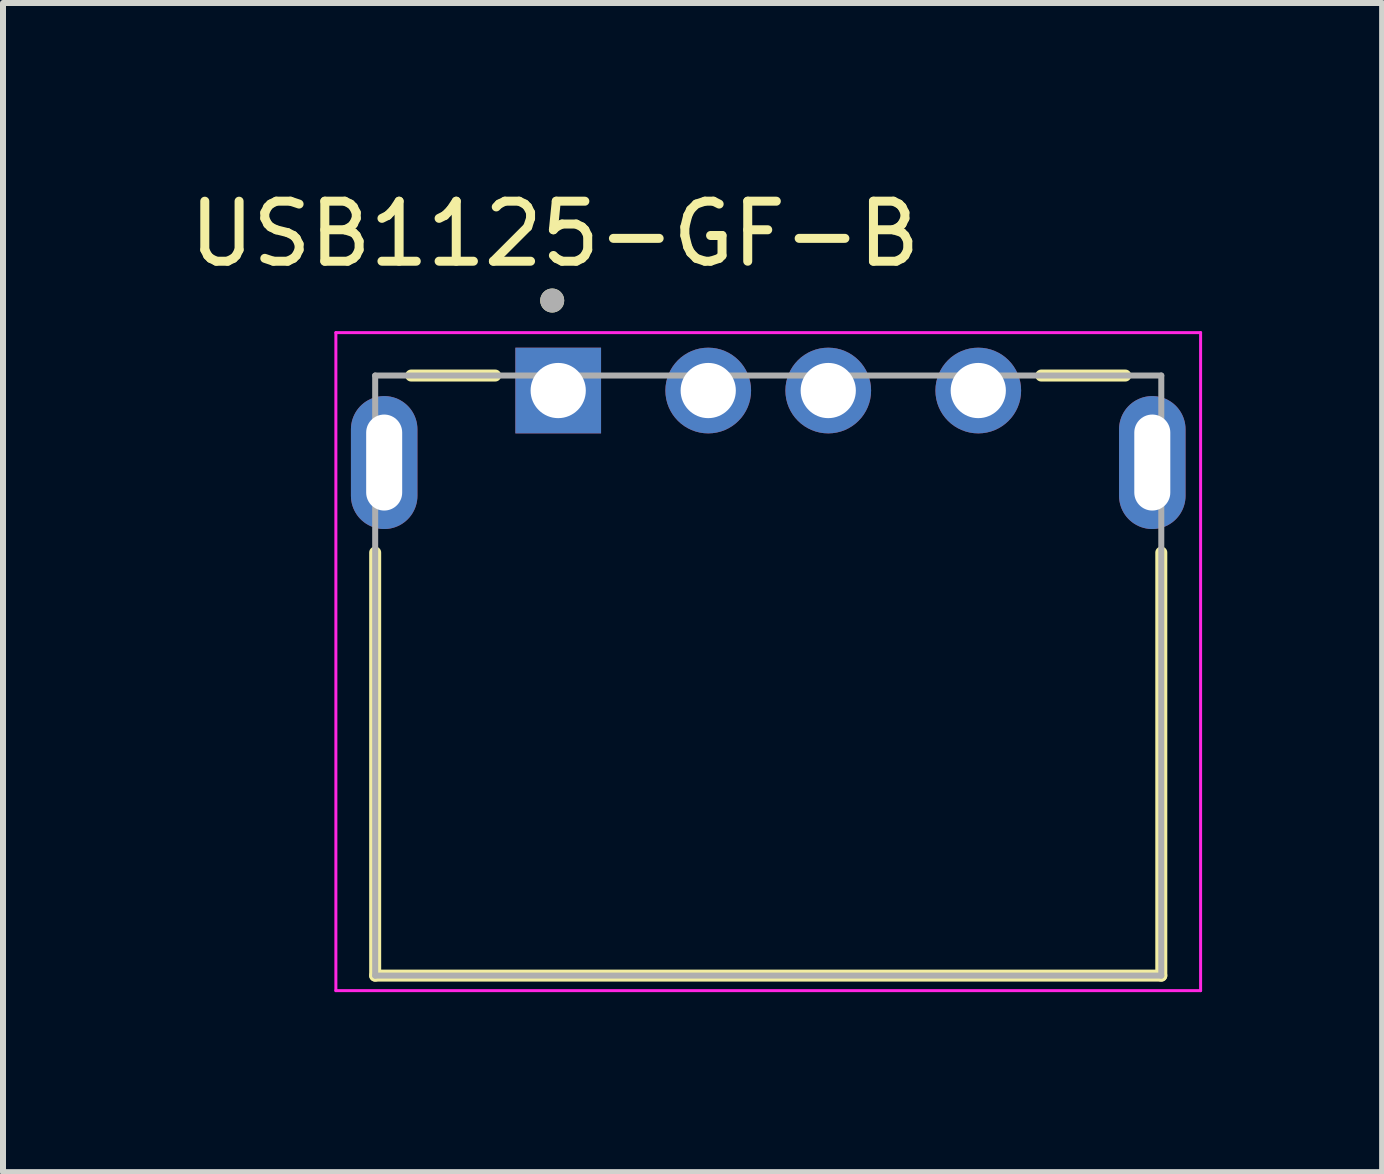
<source format=kicad_pcb>
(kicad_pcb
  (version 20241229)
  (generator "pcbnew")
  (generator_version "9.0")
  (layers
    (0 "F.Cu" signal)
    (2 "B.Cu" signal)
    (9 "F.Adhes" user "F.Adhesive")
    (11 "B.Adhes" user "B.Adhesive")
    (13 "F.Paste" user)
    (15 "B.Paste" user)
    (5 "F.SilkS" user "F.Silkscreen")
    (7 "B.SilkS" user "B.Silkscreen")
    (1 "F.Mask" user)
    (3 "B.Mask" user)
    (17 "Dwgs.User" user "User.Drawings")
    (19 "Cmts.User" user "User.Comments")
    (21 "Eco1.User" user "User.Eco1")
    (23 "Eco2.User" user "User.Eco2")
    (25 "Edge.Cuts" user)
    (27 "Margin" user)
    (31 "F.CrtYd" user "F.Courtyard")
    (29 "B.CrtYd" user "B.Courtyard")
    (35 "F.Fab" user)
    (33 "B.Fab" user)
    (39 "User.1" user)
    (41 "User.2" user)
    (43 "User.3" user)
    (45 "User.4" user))
  (footprint "USB1125-GF-B"
    (layer "F.Cu")
    (at 9.752 4.658)
    (property "Reference" "USB1125-GF-B" (at -3.556 -3.81 0) (layer "F.SilkS") (effects (font (size 1 1) (thickness 0.15))))
    (attr through_hole)
    (fp_line (start -6.55 1.5) (end -6.55 8.55) (stroke (width 0.2) (type solid)) (layer "F.SilkS"))
    (fp_line (start -6.55 8.55) (end 6.55 8.55) (stroke (width 0.2) (type solid)) (layer "F.SilkS"))
    (fp_line (start -5.95 -1.45) (end -4.55 -1.45) (stroke (width 0.2) (type solid)) (layer "F.SilkS"))
    (fp_line (start 5.95 -1.45) (end 4.55 -1.45) (stroke (width 0.2) (type solid)) (layer "F.SilkS"))
    (fp_line (start 6.55 8.55) (end 6.55 1.5) (stroke (width 0.2) (type solid)) (layer "F.SilkS"))
    (fp_circle (center -3.6 -2.7) (end -3.5 -2.7) (stroke (width 0.2) (type solid)) (fill no) (layer "F.SilkS"))
    (fp_line (start -7.205 -2.165) (end 7.205 -2.165) (stroke (width 0.05) (type solid)) (layer "F.CrtYd"))
    (fp_line (start -7.205 8.8) (end -7.205 -2.165) (stroke (width 0.05) (type solid)) (layer "F.CrtYd"))
    (fp_line (start 7.205 -2.165) (end 7.205 8.8) (stroke (width 0.05) (type solid)) (layer "F.CrtYd"))
    (fp_line (start 7.205 8.8) (end -7.205 8.8) (stroke (width 0.05) (type solid)) (layer "F.CrtYd"))
    (fp_line (start -6.55 -1.45) (end 6.55 -1.45) (stroke (width 0.1) (type solid)) (layer "F.Fab"))
    (fp_line (start -6.55 8.55) (end -6.55 -1.45) (stroke (width 0.1) (type solid)) (layer "F.Fab"))
    (fp_line (start 6.55 -1.45) (end 6.55 8.55) (stroke (width 0.1) (type solid)) (layer "F.Fab"))
    (fp_line (start 6.55 8.55) (end -6.55 8.55) (stroke (width 0.1) (type solid)) (layer "F.Fab"))
    (fp_circle (center -3.6 -2.7) (end -3.5 -2.7) (stroke (width 0.2) (type solid)) (fill no) (layer "F.Fab"))
    (pad "1" thru_hole rect (at -3.5 -1.2) (size 1.428 1.428) (drill 0.92) (layers "*.Cu" "*.Mask"))
    (pad "2" thru_hole circle (at -1 -1.2) (size 1.428 1.428) (drill 0.92) (layers "*.Cu" "*.Mask"))
    (pad "3" thru_hole circle (at 1 -1.2) (size 1.428 1.428) (drill 0.92) (layers "*.Cu" "*.Mask"))
    (pad "4" thru_hole circle (at 3.5 -1.2) (size 1.428 1.428) (drill 0.92) (layers "*.Cu" "*.Mask"))
    (pad "S1" thru_hole oval (at -6.4 0) (size 1.108 2.216) (drill oval 0.6 1.6) (layers "*.Cu" "*.Mask"))
    (pad "S2" thru_hole oval (at 6.4 0) (size 1.108 2.216) (drill oval 0.6 1.6) (layers "*.Cu" "*.Mask")))
  (gr_rect
    (start -3 -3)
    (end 19.982 16.483)
    (stroke (width 0.1) (type default))
    (fill no)
    (layer "Edge.Cuts")))
</source>
